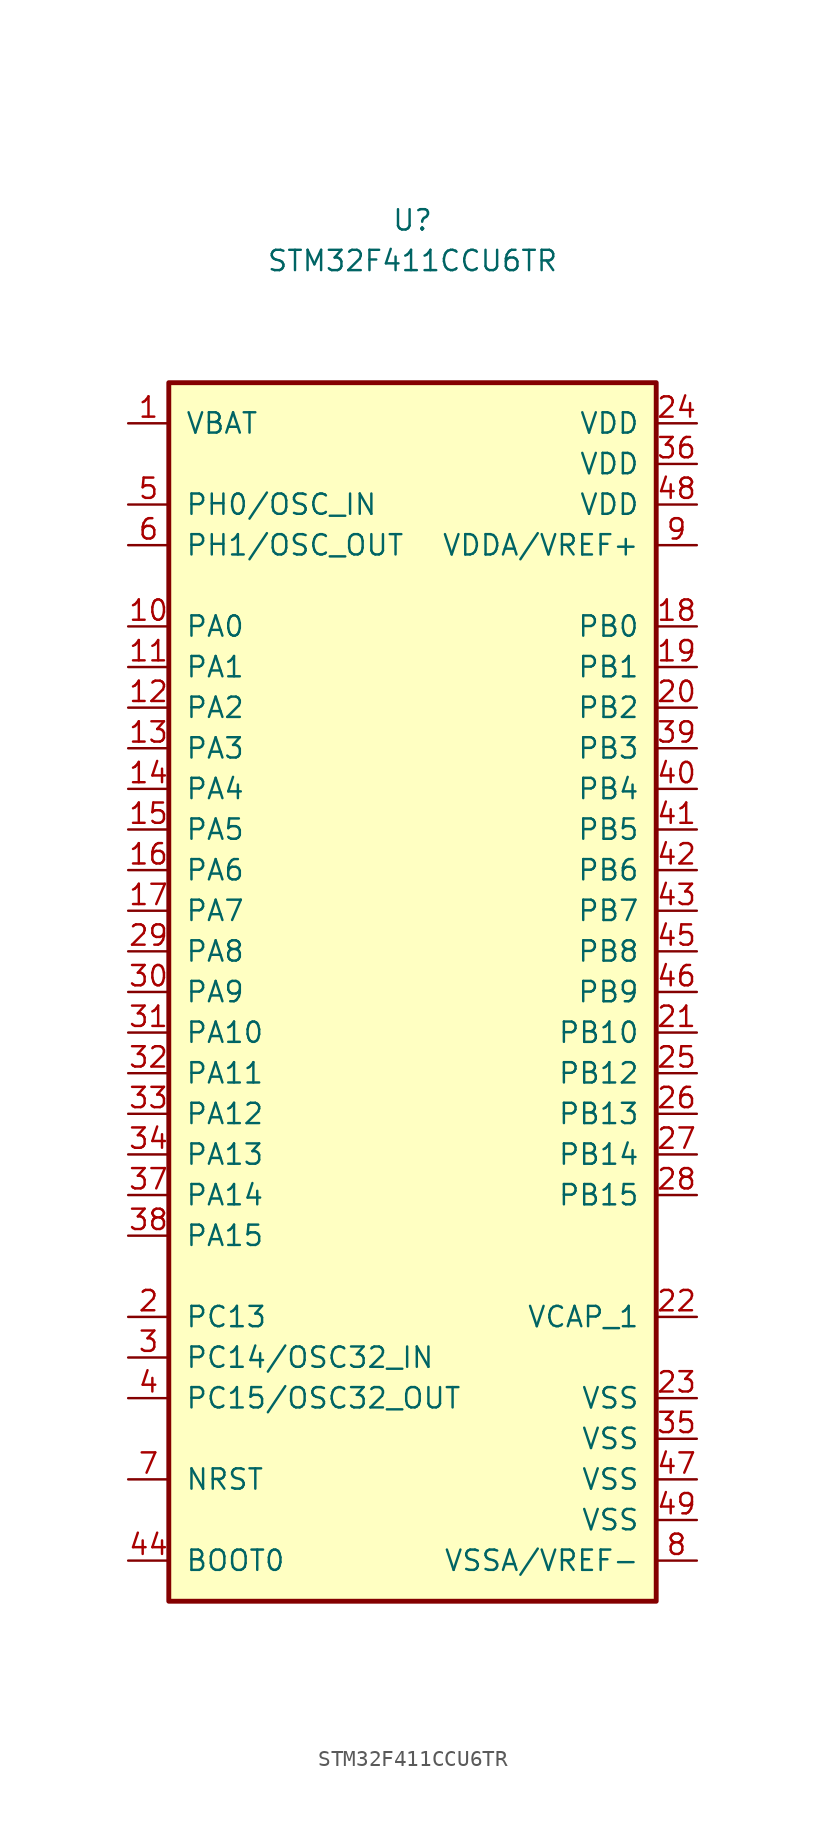
<source format=kicad_sym>
(kicad_symbol_lib
  (version 20211014)
  (generator kicad_symbol_editor)
  (symbol "STM32F411CCU6TR"
    (pin_names
      (offset 1.016))
    (property "Reference" "U"
      (at 0 48.26 0)
      (effects (font (size 1.27 1.27))))
    (property "Value" "STM32F411CCU6TR"
      (at 0 45.72 0)
      (effects (font (size 1.27 1.27))))
    (symbol "STM32F411CCU6TR_0_1"
      (rectangle (start -15.24 38.1) (end 15.24 -38.1) (stroke (width 0.305) (type default) (color 0 0 0 0)) (fill (type background))))
    (symbol "STM32F411CCU6TR_1_1"
      (pin power_in line (at -17.78 35.56 0) (length 2.54) (name "VBAT" (effects (font (size 1.27 1.27)))) (number "1" (effects (font (size 1.27 1.27)))))
      (pin bidirectional line (at -17.78 22.86 0) (length 2.54) (name "PA0" (effects (font (size 1.27 1.27)))) (number "10" (effects (font (size 1.27 1.27)))))
      (pin bidirectional line (at -17.78 20.32 0) (length 2.54) (name "PA1" (effects (font (size 1.27 1.27)))) (number "11" (effects (font (size 1.27 1.27)))))
      (pin bidirectional line (at -17.78 17.78 0) (length 2.54) (name "PA2" (effects (font (size 1.27 1.27)))) (number "12" (effects (font (size 1.27 1.27)))))
      (pin bidirectional line (at -17.78 15.24 0) (length 2.54) (name "PA3" (effects (font (size 1.27 1.27)))) (number "13" (effects (font (size 1.27 1.27)))))
      (pin bidirectional line (at -17.78 12.7 0) (length 2.54) (name "PA4" (effects (font (size 1.27 1.27)))) (number "14" (effects (font (size 1.27 1.27)))))
      (pin bidirectional line (at -17.78 10.16 0) (length 2.54) (name "PA5" (effects (font (size 1.27 1.27)))) (number "15" (effects (font (size 1.27 1.27)))))
      (pin bidirectional line (at -17.78 7.62 0) (length 2.54) (name "PA6" (effects (font (size 1.27 1.27)))) (number "16" (effects (font (size 1.27 1.27)))))
      (pin bidirectional line (at -17.78 5.08 0) (length 2.54) (name "PA7" (effects (font (size 1.27 1.27)))) (number "17" (effects (font (size 1.27 1.27)))))
      (pin bidirectional line (at 17.78 22.86 180) (length 2.54) (name "PB0" (effects (font (size 1.27 1.27)))) (number "18" (effects (font (size 1.27 1.27)))))
      (pin bidirectional line (at 17.78 20.32 180) (length 2.54) (name "PB1" (effects (font (size 1.27 1.27)))) (number "19" (effects (font (size 1.27 1.27)))))
      (pin bidirectional line (at -17.78 -20.32 0) (length 2.54) (name "PC13" (effects (font (size 1.27 1.27)))) (number "2" (effects (font (size 1.27 1.27)))))
      (pin bidirectional line (at 17.78 17.78 180) (length 2.54) (name "PB2" (effects (font (size 1.27 1.27)))) (number "20" (effects (font (size 1.27 1.27)))))
      (pin bidirectional line (at 17.78 -2.54 180) (length 2.54) (name "PB10" (effects (font (size 1.27 1.27)))) (number "21" (effects (font (size 1.27 1.27)))))
      (pin input line (at 17.78 -20.32 180) (length 2.54) (name "VCAP_1" (effects (font (size 1.27 1.27)))) (number "22" (effects (font (size 1.27 1.27)))))
      (pin power_in line (at 17.78 -25.4 180) (length 2.54) (name "VSS" (effects (font (size 1.27 1.27)))) (number "23" (effects (font (size 1.27 1.27)))))
      (pin power_in line (at 17.78 35.56 180) (length 2.54) (name "VDD" (effects (font (size 1.27 1.27)))) (number "24" (effects (font (size 1.27 1.27)))))
      (pin bidirectional line (at 17.78 -5.08 180) (length 2.54) (name "PB12" (effects (font (size 1.27 1.27)))) (number "25" (effects (font (size 1.27 1.27)))))
      (pin bidirectional line (at 17.78 -7.62 180) (length 2.54) (name "PB13" (effects (font (size 1.27 1.27)))) (number "26" (effects (font (size 1.27 1.27)))))
      (pin bidirectional line (at 17.78 -10.16 180) (length 2.54) (name "PB14" (effects (font (size 1.27 1.27)))) (number "27" (effects (font (size 1.27 1.27)))))
      (pin bidirectional line (at 17.78 -12.7 180) (length 2.54) (name "PB15" (effects (font (size 1.27 1.27)))) (number "28" (effects (font (size 1.27 1.27)))))
      (pin bidirectional line (at -17.78 2.54 0) (length 2.54) (name "PA8" (effects (font (size 1.27 1.27)))) (number "29" (effects (font (size 1.27 1.27)))))
      (pin bidirectional line (at -17.78 -22.86 0) (length 2.54) (name "PC14/OSC32_IN" (effects (font (size 1.27 1.27)))) (number "3" (effects (font (size 1.27 1.27)))))
      (pin bidirectional line (at -17.78 0 0) (length 2.54) (name "PA9" (effects (font (size 1.27 1.27)))) (number "30" (effects (font (size 1.27 1.27)))))
      (pin bidirectional line (at -17.78 -2.54 0) (length 2.54) (name "PA10" (effects (font (size 1.27 1.27)))) (number "31" (effects (font (size 1.27 1.27)))))
      (pin bidirectional line (at -17.78 -5.08 0) (length 2.54) (name "PA11" (effects (font (size 1.27 1.27)))) (number "32" (effects (font (size 1.27 1.27)))))
      (pin bidirectional line (at -17.78 -7.62 0) (length 2.54) (name "PA12" (effects (font (size 1.27 1.27)))) (number "33" (effects (font (size 1.27 1.27)))))
      (pin bidirectional line (at -17.78 -10.16 0) (length 2.54) (name "PA13" (effects (font (size 1.27 1.27)))) (number "34" (effects (font (size 1.27 1.27)))))
      (pin power_in line (at 17.78 -27.94 180) (length 2.54) (name "VSS" (effects (font (size 1.27 1.27)))) (number "35" (effects (font (size 1.27 1.27)))))
      (pin power_in line (at 17.78 33.02 180) (length 2.54) (name "VDD" (effects (font (size 1.27 1.27)))) (number "36" (effects (font (size 1.27 1.27)))))
      (pin bidirectional line (at -17.78 -12.7 0) (length 2.54) (name "PA14" (effects (font (size 1.27 1.27)))) (number "37" (effects (font (size 1.27 1.27)))))
      (pin bidirectional line (at -17.78 -15.24 0) (length 2.54) (name "PA15" (effects (font (size 1.27 1.27)))) (number "38" (effects (font (size 1.27 1.27)))))
      (pin bidirectional line (at 17.78 15.24 180) (length 2.54) (name "PB3" (effects (font (size 1.27 1.27)))) (number "39" (effects (font (size 1.27 1.27)))))
      (pin bidirectional line (at -17.78 -25.4 0) (length 2.54) (name "PC15/OSC32_OUT" (effects (font (size 1.27 1.27)))) (number "4" (effects (font (size 1.27 1.27)))))
      (pin bidirectional line (at 17.78 12.7 180) (length 2.54) (name "PB4" (effects (font (size 1.27 1.27)))) (number "40" (effects (font (size 1.27 1.27)))))
      (pin bidirectional line (at 17.78 10.16 180) (length 2.54) (name "PB5" (effects (font (size 1.27 1.27)))) (number "41" (effects (font (size 1.27 1.27)))))
      (pin bidirectional line (at 17.78 7.62 180) (length 2.54) (name "PB6" (effects (font (size 1.27 1.27)))) (number "42" (effects (font (size 1.27 1.27)))))
      (pin bidirectional line (at 17.78 5.08 180) (length 2.54) (name "PB7" (effects (font (size 1.27 1.27)))) (number "43" (effects (font (size 1.27 1.27)))))
      (pin input line (at -17.78 -35.56 0) (length 2.54) (name "BOOT0" (effects (font (size 1.27 1.27)))) (number "44" (effects (font (size 1.27 1.27)))))
      (pin bidirectional line (at 17.78 2.54 180) (length 2.54) (name "PB8" (effects (font (size 1.27 1.27)))) (number "45" (effects (font (size 1.27 1.27)))))
      (pin bidirectional line (at 17.78 0 180) (length 2.54) (name "PB9" (effects (font (size 1.27 1.27)))) (number "46" (effects (font (size 1.27 1.27)))))
      (pin power_in line (at 17.78 -30.48 180) (length 2.54) (name "VSS" (effects (font (size 1.27 1.27)))) (number "47" (effects (font (size 1.27 1.27)))))
      (pin power_in line (at 17.78 30.48 180) (length 2.54) (name "VDD" (effects (font (size 1.27 1.27)))) (number "48" (effects (font (size 1.27 1.27)))))
      (pin power_in line (at 17.78 -33.02 180) (length 2.54) (name "VSS" (effects (font (size 1.27 1.27)))) (number "49" (effects (font (size 1.27 1.27)))))
      (pin bidirectional line (at -17.78 30.48 0) (length 2.54) (name "PH0/OSC_IN" (effects (font (size 1.27 1.27)))) (number "5" (effects (font (size 1.27 1.27)))))
      (pin bidirectional line (at -17.78 27.94 0) (length 2.54) (name "PH1/OSC_OUT" (effects (font (size 1.27 1.27)))) (number "6" (effects (font (size 1.27 1.27)))))
      (pin input line (at -17.78 -30.48 0) (length 2.54) (name "NRST" (effects (font (size 1.27 1.27)))) (number "7" (effects (font (size 1.27 1.27)))))
      (pin power_in line (at 17.78 -35.56 180) (length 2.54) (name "VSSA/VREF-" (effects (font (size 1.27 1.27)))) (number "8" (effects (font (size 1.27 1.27)))))
      (pin power_in line (at 17.78 27.94 180) (length 2.54) (name "VDDA/VREF+" (effects (font (size 1.27 1.27)))) (number "9" (effects (font (size 1.27 1.27))))))))
</source>
